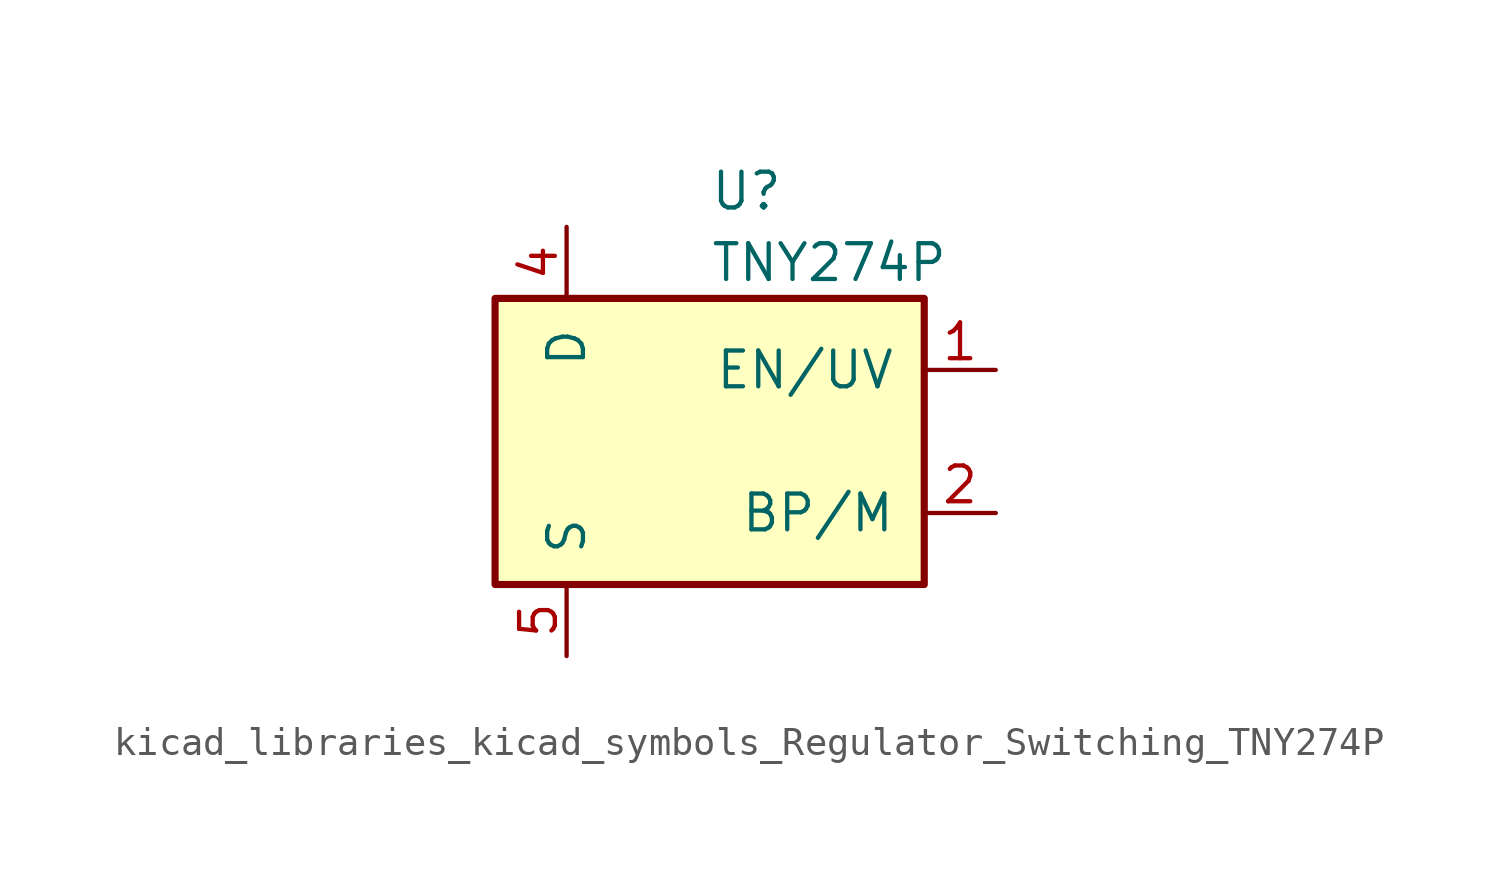
<source format=kicad_sym>
(kicad_symbol_lib
  (version 20220914)
  (generator kicad_symbol_editor)
  (symbol "kicad_libraries_kicad_symbols_Regulator_Switching_TNY274P"
    (pin_names
      (offset 1.016))
    (property "Reference" "U"
      (at 0 8.89 0)
      (effects (font (size 1.27 1.27)) (justify left)))
    (property "Value" "TNY274P"
      (at 0 6.35 0)
      (effects (font (size 1.27 1.27)) (justify left)))
    (symbol "kicad_libraries_kicad_symbols_Regulator_Switching_TNY274P_0_1"
      (rectangle (start -7.62 5.08) (end 7.62 -5.08) (stroke (width 0.254) (type default)) (fill (type background))))
    (symbol "kicad_libraries_kicad_symbols_Regulator_Switching_TNY274P_1_1"
      (pin input line (at 10.16 2.54 180) (length 2.54) (name "EN/UV" (effects (font (size 1.27 1.27)))) (number "1" (effects (font (size 1.27 1.27)))))
      (pin input line (at 10.16 -2.54 180) (length 2.54) (name "BP/M" (effects (font (size 1.27 1.27)))) (number "2" (effects (font (size 1.27 1.27)))))
      (pin open_collector line (at -5.08 7.62 270) (length 2.54) (name "D" (effects (font (size 1.27 1.27)))) (number "4" (effects (font (size 1.27 1.27)))))
      (pin power_in line (at -5.08 -7.62 90) (length 2.54) (name "S" (effects (font (size 1.27 1.27)))) (number "5" (effects (font (size 1.27 1.27)))))
      (pin passive line (at -5.08 -7.62 90) (length 2.54) hide (name "S" (effects (font (size 1.27 1.27)))) (number "6" (effects (font (size 1.27 1.27)))))
      (pin passive line (at -5.08 -7.62 90) (length 2.54) hide (name "S" (effects (font (size 1.27 1.27)))) (number "7" (effects (font (size 1.27 1.27)))))
      (pin passive line (at -5.08 -7.62 90) (length 2.54) hide (name "S" (effects (font (size 1.27 1.27)))) (number "8" (effects (font (size 1.27 1.27))))))))
</source>
